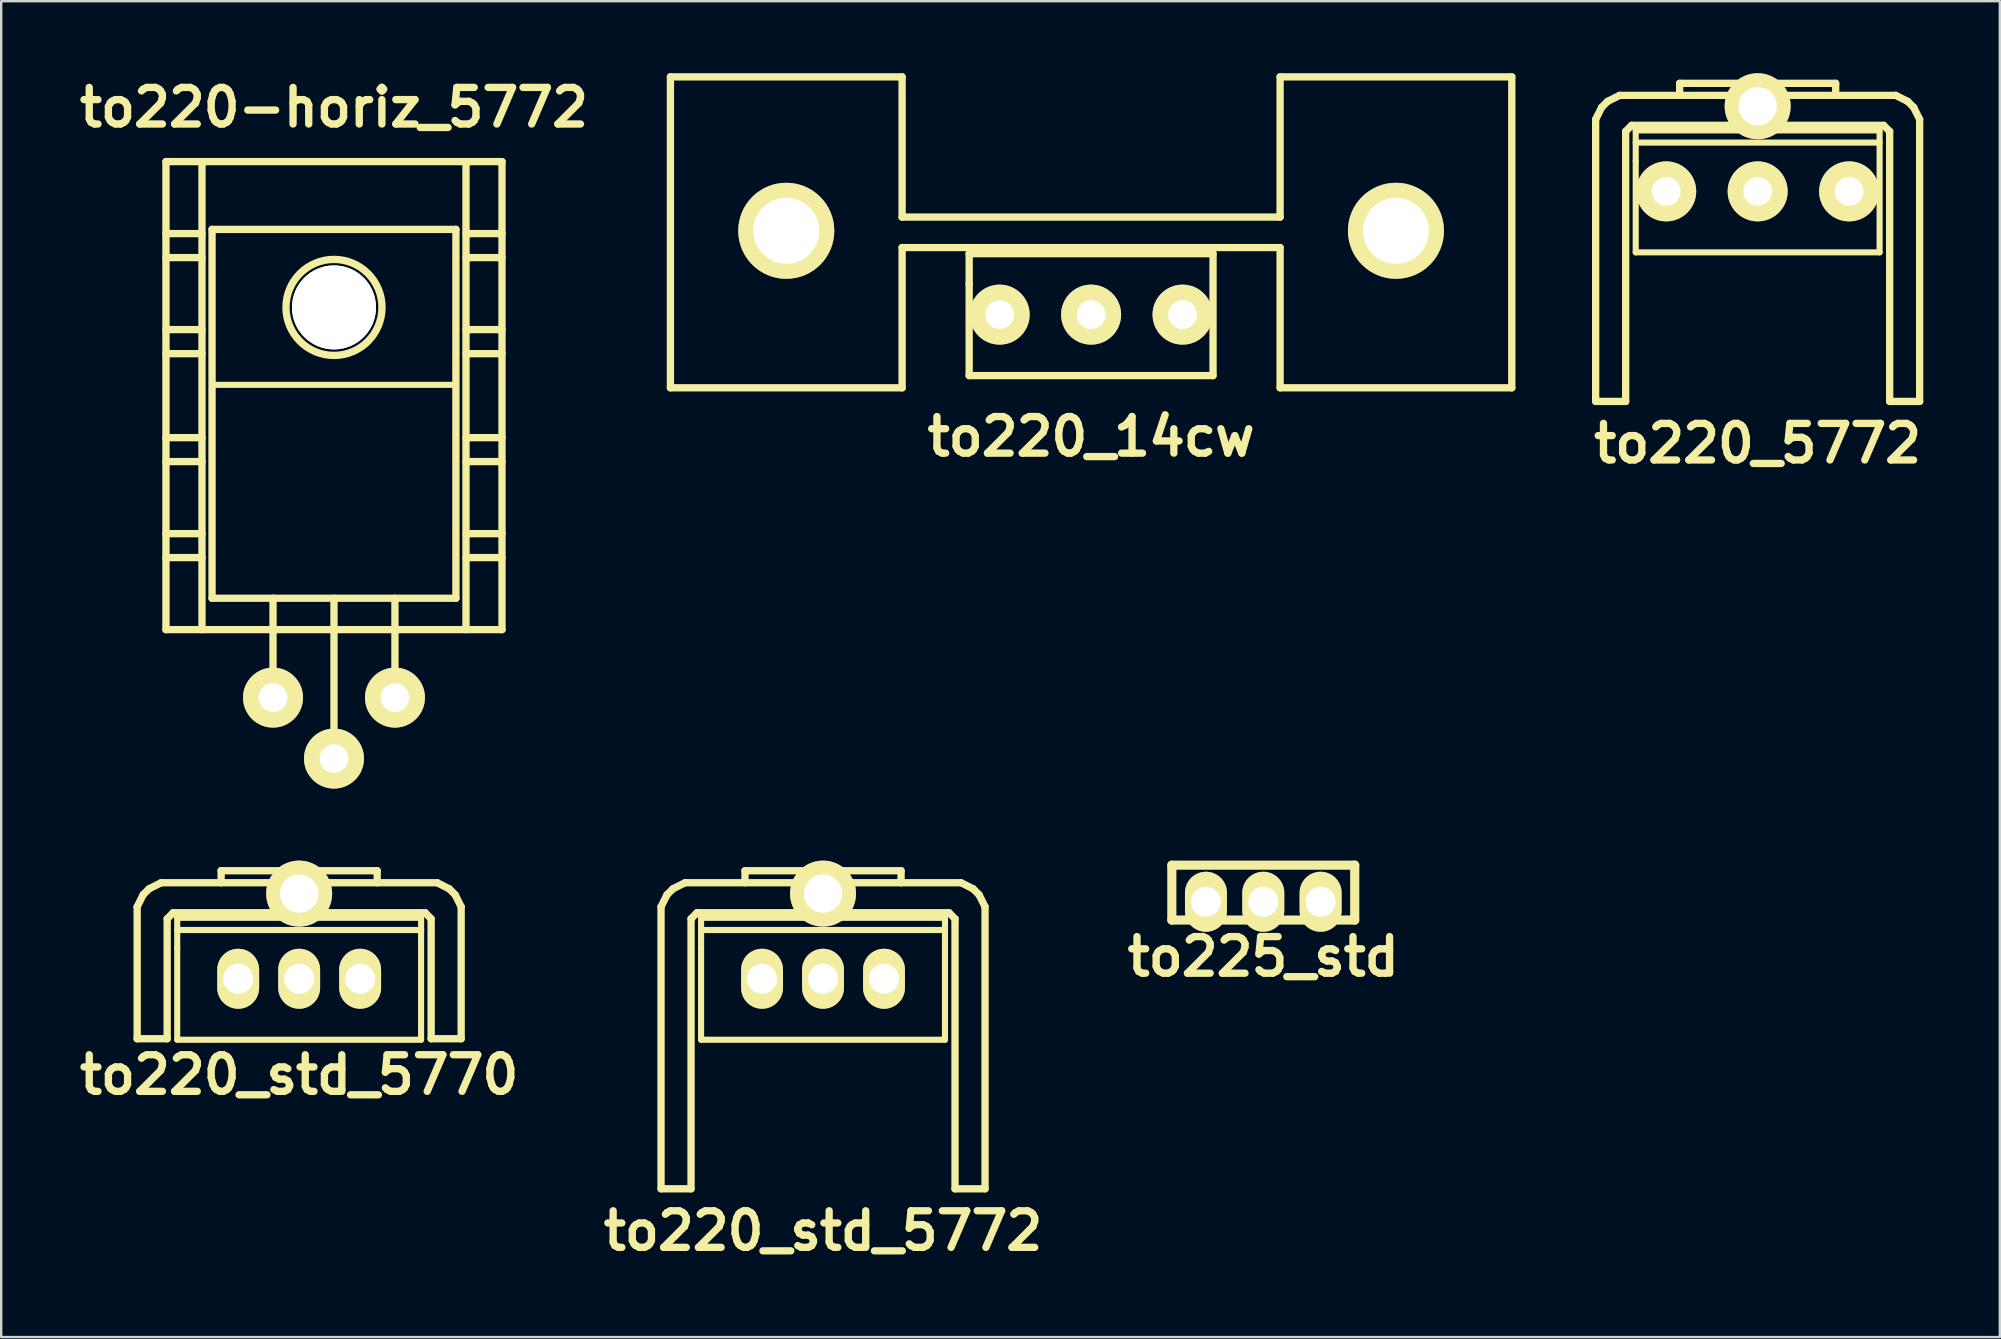
<source format=kicad_pcb>
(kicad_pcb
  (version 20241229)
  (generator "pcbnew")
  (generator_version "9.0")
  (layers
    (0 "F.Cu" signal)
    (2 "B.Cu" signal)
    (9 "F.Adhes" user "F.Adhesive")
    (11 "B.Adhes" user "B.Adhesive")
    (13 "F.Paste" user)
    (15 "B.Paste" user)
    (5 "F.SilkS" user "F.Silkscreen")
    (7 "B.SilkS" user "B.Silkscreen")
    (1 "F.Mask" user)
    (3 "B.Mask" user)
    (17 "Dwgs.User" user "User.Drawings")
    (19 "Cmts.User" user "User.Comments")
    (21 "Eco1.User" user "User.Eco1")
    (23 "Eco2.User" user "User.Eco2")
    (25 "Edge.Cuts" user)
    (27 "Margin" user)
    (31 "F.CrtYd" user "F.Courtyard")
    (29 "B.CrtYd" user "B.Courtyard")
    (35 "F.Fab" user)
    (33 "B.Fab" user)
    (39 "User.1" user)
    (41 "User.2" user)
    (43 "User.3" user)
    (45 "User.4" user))
  (footprint "to220_std_5772"
    (layer "F.Cu")
    (at 31.238 37.726)
    (property "Reference" "to220_std_5772" (at 0 10.5 0) (layer "F.SilkS") (effects (font (size 1.524 1.524) (thickness 0.305))))
    (attr through_hole)
    (fp_line (start -6.749 -3) (end -6.749 8.75) (stroke (width 0.305) (type solid)) (layer "F.SilkS"))
    (fp_line (start -6.749 -3) (end -6.5 -3.5) (stroke (width 0.305) (type solid)) (layer "F.SilkS"))
    (fp_line (start -6.5 -3.5) (end -6.251 -3.749) (stroke (width 0.305) (type solid)) (layer "F.SilkS"))
    (fp_line (start -6.251 -3.749) (end -5.751 -4) (stroke (width 0.305) (type solid)) (layer "F.SilkS"))
    (fp_line (start -5.499 -2.499) (end -5.25 -2.751) (stroke (width 0.305) (type solid)) (layer "F.SilkS"))
    (fp_line (start -5.499 8.75) (end -6.749 8.75) (stroke (width 0.305) (type solid)) (layer "F.SilkS"))
    (fp_line (start -5.499 8.75) (end -5.499 -2.499) (stroke (width 0.305) (type solid)) (layer "F.SilkS"))
    (fp_line (start -5.25 -2.751) (end 5.25 -2.751) (stroke (width 0.305) (type solid)) (layer "F.SilkS"))
    (fp_line (start -5.08 -2.54) (end -5.08 -1.27) (stroke (width 0.254) (type solid)) (layer "F.SilkS"))
    (fp_line (start -5.08 -2.032) (end 5.08 -2.032) (stroke (width 0.254) (type solid)) (layer "F.SilkS"))
    (fp_line (start -5.08 -1.27) (end -5.08 2.54) (stroke (width 0.254) (type solid)) (layer "F.SilkS"))
    (fp_line (start -5.08 2.54) (end 5.08 2.54) (stroke (width 0.254) (type solid)) (layer "F.SilkS"))
    (fp_line (start -3.251 -4.501) (end 3.251 -4.501) (stroke (width 0.305) (type solid)) (layer "F.SilkS"))
    (fp_line (start -3.251 -4) (end -3.251 -4.501) (stroke (width 0.305) (type solid)) (layer "F.SilkS"))
    (fp_line (start 3.251 -4.501) (end 3.251 -4) (stroke (width 0.305) (type solid)) (layer "F.SilkS"))
    (fp_line (start 5.08 -2.54) (end -5.08 -2.54) (stroke (width 0.254) (type solid)) (layer "F.SilkS"))
    (fp_line (start 5.08 2.54) (end 5.08 -2.54) (stroke (width 0.254) (type solid)) (layer "F.SilkS"))
    (fp_line (start 5.25 -2.751) (end 5.499 -2.499) (stroke (width 0.305) (type solid)) (layer "F.SilkS"))
    (fp_line (start 5.499 -2.499) (end 5.499 8.75) (stroke (width 0.305) (type solid)) (layer "F.SilkS"))
    (fp_line (start 5.751 -4) (end -5.751 -4) (stroke (width 0.305) (type solid)) (layer "F.SilkS"))
    (fp_line (start 5.751 -4) (end 6.251 -3.749) (stroke (width 0.305) (type solid)) (layer "F.SilkS"))
    (fp_line (start 6.251 -3.749) (end 6.5 -3.5) (stroke (width 0.305) (type solid)) (layer "F.SilkS"))
    (fp_line (start 6.5 -3.5) (end 6.749 -3) (stroke (width 0.305) (type solid)) (layer "F.SilkS"))
    (fp_line (start 6.749 -3) (end 6.749 8.75) (stroke (width 0.305) (type solid)) (layer "F.SilkS"))
    (fp_line (start 6.749 8.75) (end 5.499 8.75) (stroke (width 0.305) (type solid)) (layer "F.SilkS"))
    (pad "" thru_hole circle (at 0 -3.548) (size 2.748 2.748) (drill 1.598) (layers "*.Cu" "*.Mask" "F.SilkS"))
    (pad "1" thru_hole oval (at 2.54 0) (size 1.745 2.499) (drill 1.25) (layers "*.Cu" "*.Mask" "F.SilkS"))
    (pad "2" thru_hole oval (at 0 0) (size 1.745 2.499) (drill 1.25) (layers "*.Cu" "*.Mask" "F.SilkS"))
    (pad "3" thru_hole oval (at -2.54 0) (size 1.745 2.499) (drill 1.25) (layers "*.Cu" "*.Mask" "F.SilkS")))
  (footprint "to220_5772"
    (layer "F.Cu")
    (at 70.175 4.923)
    (property "Reference" "to220_5772" (at 0 10.5 0) (layer "F.SilkS") (effects (font (size 1.524 1.524) (thickness 0.305))))
    (attr through_hole)
    (fp_line (start -6.749 -3) (end -6.749 8.75) (stroke (width 0.305) (type solid)) (layer "F.SilkS"))
    (fp_line (start -6.749 -3) (end -6.5 -3.5) (stroke (width 0.305) (type solid)) (layer "F.SilkS"))
    (fp_line (start -6.5 -3.5) (end -6.251 -3.749) (stroke (width 0.305) (type solid)) (layer "F.SilkS"))
    (fp_line (start -6.251 -3.749) (end -5.751 -4) (stroke (width 0.305) (type solid)) (layer "F.SilkS"))
    (fp_line (start -5.499 -2.499) (end -5.25 -2.751) (stroke (width 0.305) (type solid)) (layer "F.SilkS"))
    (fp_line (start -5.499 8.75) (end -6.749 8.75) (stroke (width 0.305) (type solid)) (layer "F.SilkS"))
    (fp_line (start -5.499 8.75) (end -5.499 -2.499) (stroke (width 0.305) (type solid)) (layer "F.SilkS"))
    (fp_line (start -5.25 -2.751) (end 5.25 -2.751) (stroke (width 0.305) (type solid)) (layer "F.SilkS"))
    (fp_line (start -5.08 -2.54) (end -5.08 -1.27) (stroke (width 0.254) (type solid)) (layer "F.SilkS"))
    (fp_line (start -5.08 -2.032) (end 5.08 -2.032) (stroke (width 0.254) (type solid)) (layer "F.SilkS"))
    (fp_line (start -5.08 -1.27) (end -5.08 2.54) (stroke (width 0.254) (type solid)) (layer "F.SilkS"))
    (fp_line (start -5.08 2.54) (end 5.08 2.54) (stroke (width 0.254) (type solid)) (layer "F.SilkS"))
    (fp_line (start -3.251 -4.501) (end 3.251 -4.501) (stroke (width 0.305) (type solid)) (layer "F.SilkS"))
    (fp_line (start -3.251 -4) (end -3.251 -4.501) (stroke (width 0.305) (type solid)) (layer "F.SilkS"))
    (fp_line (start 3.251 -4.501) (end 3.251 -4) (stroke (width 0.305) (type solid)) (layer "F.SilkS"))
    (fp_line (start 5.08 -2.54) (end -5.08 -2.54) (stroke (width 0.254) (type solid)) (layer "F.SilkS"))
    (fp_line (start 5.08 2.54) (end 5.08 -2.54) (stroke (width 0.254) (type solid)) (layer "F.SilkS"))
    (fp_line (start 5.25 -2.751) (end 5.499 -2.499) (stroke (width 0.305) (type solid)) (layer "F.SilkS"))
    (fp_line (start 5.499 -2.499) (end 5.499 8.75) (stroke (width 0.305) (type solid)) (layer "F.SilkS"))
    (fp_line (start 5.751 -4) (end -5.751 -4) (stroke (width 0.305) (type solid)) (layer "F.SilkS"))
    (fp_line (start 5.751 -4) (end 6.251 -3.749) (stroke (width 0.305) (type solid)) (layer "F.SilkS"))
    (fp_line (start 6.251 -3.749) (end 6.5 -3.5) (stroke (width 0.305) (type solid)) (layer "F.SilkS"))
    (fp_line (start 6.5 -3.5) (end 6.749 -3) (stroke (width 0.305) (type solid)) (layer "F.SilkS"))
    (fp_line (start 6.749 -3) (end 6.749 8.75) (stroke (width 0.305) (type solid)) (layer "F.SilkS"))
    (fp_line (start 6.749 8.75) (end 5.499 8.75) (stroke (width 0.305) (type solid)) (layer "F.SilkS"))
    (pad "" thru_hole circle (at 0 -3.548) (size 2.748 2.748) (drill 1.598) (layers "*.Cu" "*.Mask" "F.SilkS"))
    (pad "1" thru_hole circle (at 3.81 0) (size 2.499 2.499) (drill 1.199) (layers "*.Cu" "*.Mask" "F.SilkS"))
    (pad "2" thru_hole circle (at 0 0) (size 2.499 2.499) (drill 1.199) (layers "*.Cu" "*.Mask" "F.SilkS"))
    (pad "3" thru_hole circle (at -3.81 0) (size 2.499 2.499) (drill 1.199) (layers "*.Cu" "*.Mask" "F.SilkS")))
  (footprint "to220_14cw"
    (layer "F.Cu")
    (at 42.406 10.058)
    (property "Reference" "to220_14cw" (at 0 5.08 0) (layer "F.SilkS") (effects (font (size 1.524 1.524) (thickness 0.305))))
    (attr through_hole)
    (fp_line (start -17.526 -9.906) (end -17.526 3.048) (stroke (width 0.305) (type solid)) (layer "F.SilkS"))
    (fp_line (start -17.526 3.048) (end -7.874 3.048) (stroke (width 0.305) (type solid)) (layer "F.SilkS"))
    (fp_line (start -7.874 -9.906) (end -17.526 -9.906) (stroke (width 0.305) (type solid)) (layer "F.SilkS"))
    (fp_line (start -7.874 -9.906) (end -7.874 -4.064) (stroke (width 0.305) (type solid)) (layer "F.SilkS"))
    (fp_line (start -7.874 -2.794) (end -7.874 3.048) (stroke (width 0.305) (type solid)) (layer "F.SilkS"))
    (fp_line (start -7.874 -2.794) (end 7.874 -2.794) (stroke (width 0.305) (type solid)) (layer "F.SilkS"))
    (fp_line (start -5.08 -2.54) (end -5.08 -1.27) (stroke (width 0.305) (type solid)) (layer "F.SilkS"))
    (fp_line (start -5.08 -1.27) (end -5.08 2.54) (stroke (width 0.305) (type solid)) (layer "F.SilkS"))
    (fp_line (start -5.08 2.54) (end 5.08 2.54) (stroke (width 0.305) (type solid)) (layer "F.SilkS"))
    (fp_line (start 5.08 -2.54) (end -5.08 -2.54) (stroke (width 0.305) (type solid)) (layer "F.SilkS"))
    (fp_line (start 5.08 2.54) (end 5.08 -2.54) (stroke (width 0.305) (type solid)) (layer "F.SilkS"))
    (fp_line (start 7.874 -9.906) (end 7.874 -4.064) (stroke (width 0.305) (type solid)) (layer "F.SilkS"))
    (fp_line (start 7.874 -4.064) (end -7.874 -4.064) (stroke (width 0.305) (type solid)) (layer "F.SilkS"))
    (fp_line (start 7.874 3.048) (end 7.874 -2.794) (stroke (width 0.305) (type solid)) (layer "F.SilkS"))
    (fp_line (start 7.874 3.048) (end 17.526 3.048) (stroke (width 0.305) (type solid)) (layer "F.SilkS"))
    (fp_line (start 17.526 -9.906) (end 7.874 -9.906) (stroke (width 0.305) (type solid)) (layer "F.SilkS"))
    (fp_line (start 17.526 -9.906) (end 17.526 3.048) (stroke (width 0.305) (type solid)) (layer "F.SilkS"))
    (pad "" thru_hole circle (at -12.7 -3.493) (size 4 4) (drill 2.748) (layers "*.Cu" "*.Mask" "F.SilkS"))
    (pad "" thru_hole circle (at 12.7 -3.493) (size 4 4) (drill 2.748) (layers "*.Cu" "*.Mask" "F.SilkS"))
    (pad "1" thru_hole circle (at 3.81 0) (size 2.499 2.499) (drill 1.199) (layers "*.Cu" "*.Mask" "F.SilkS"))
    (pad "2" thru_hole circle (at 0 0) (size 2.499 2.499) (drill 1.199) (layers "*.Cu" "*.Mask" "F.SilkS"))
    (pad "3" thru_hole circle (at -3.81 0) (size 2.499 2.499) (drill 1.199) (layers "*.Cu" "*.Mask" "F.SilkS")))
  (footprint "to225_std"
    (layer "F.Cu")
    (at 49.579 34.518)
    (property "Reference" "to225_std" (at 0 2.286 0) (layer "F.SilkS") (effects (font (size 1.524 1.524) (thickness 0.305))))
    (attr through_hole)
    (fp_line (start -3.81 -1.524) (end 3.81 -1.524) (stroke (width 0.381) (type solid)) (layer "F.SilkS"))
    (fp_line (start -3.81 0.762) (end -3.81 -1.524) (stroke (width 0.381) (type solid)) (layer "F.SilkS"))
    (fp_line (start 3.81 -1.524) (end 3.81 0.762) (stroke (width 0.381) (type solid)) (layer "F.SilkS"))
    (fp_line (start 3.81 0.762) (end -3.81 0.762) (stroke (width 0.381) (type solid)) (layer "F.SilkS"))
    (pad "1" thru_hole oval (at 2.388 0) (size 1.748 2.499) (drill 1.25) (layers "*.Cu" "*.Mask" "F.SilkS"))
    (pad "2" thru_hole oval (at 0 0) (size 1.748 2.499) (drill 1.25) (layers "*.Cu" "*.Mask" "F.SilkS"))
    (pad "3" thru_hole oval (at -2.388 0) (size 1.748 2.499) (drill 1.25) (layers "*.Cu" "*.Mask" "F.SilkS")))
  (footprint "to220_std_5770"
    (layer "F.Cu")
    (at 9.413 37.726)
    (property "Reference" "to220_std_5770" (at 0 4 0) (layer "F.SilkS") (effects (font (size 1.524 1.524) (thickness 0.305))))
    (attr through_hole)
    (fp_line (start -6.749 -3) (end -6.5 -3.5) (stroke (width 0.305) (type solid)) (layer "F.SilkS"))
    (fp_line (start -6.749 2.499) (end -6.749 -3) (stroke (width 0.305) (type solid)) (layer "F.SilkS"))
    (fp_line (start -6.5 -3.5) (end -6.251 -3.749) (stroke (width 0.305) (type solid)) (layer "F.SilkS"))
    (fp_line (start -6.251 -3.749) (end -5.751 -4) (stroke (width 0.305) (type solid)) (layer "F.SilkS"))
    (fp_line (start -5.499 -2.499) (end -5.499 2.499) (stroke (width 0.305) (type solid)) (layer "F.SilkS"))
    (fp_line (start -5.499 -2.499) (end -5.25 -2.751) (stroke (width 0.305) (type solid)) (layer "F.SilkS"))
    (fp_line (start -5.499 2.499) (end -6.749 2.499) (stroke (width 0.305) (type solid)) (layer "F.SilkS"))
    (fp_line (start -5.25 -2.751) (end 5.25 -2.751) (stroke (width 0.305) (type solid)) (layer "F.SilkS"))
    (fp_line (start -5.08 -2.54) (end -5.08 -1.27) (stroke (width 0.254) (type solid)) (layer "F.SilkS"))
    (fp_line (start -5.08 -2.032) (end 5.08 -2.032) (stroke (width 0.254) (type solid)) (layer "F.SilkS"))
    (fp_line (start -5.08 -1.27) (end -5.08 2.54) (stroke (width 0.254) (type solid)) (layer "F.SilkS"))
    (fp_line (start -5.08 2.54) (end 5.08 2.54) (stroke (width 0.254) (type solid)) (layer "F.SilkS"))
    (fp_line (start -3.251 -4.501) (end 3.251 -4.501) (stroke (width 0.305) (type solid)) (layer "F.SilkS"))
    (fp_line (start -3.251 -4) (end -3.251 -4.501) (stroke (width 0.305) (type solid)) (layer "F.SilkS"))
    (fp_line (start 3.251 -4.501) (end 3.251 -4) (stroke (width 0.305) (type solid)) (layer "F.SilkS"))
    (fp_line (start 5.08 -2.54) (end -5.08 -2.54) (stroke (width 0.254) (type solid)) (layer "F.SilkS"))
    (fp_line (start 5.08 2.54) (end 5.08 -2.54) (stroke (width 0.254) (type solid)) (layer "F.SilkS"))
    (fp_line (start 5.25 -2.751) (end 5.499 -2.499) (stroke (width 0.305) (type solid)) (layer "F.SilkS"))
    (fp_line (start 5.499 2.499) (end 5.499 -2.499) (stroke (width 0.305) (type solid)) (layer "F.SilkS"))
    (fp_line (start 5.751 -4) (end -5.751 -4) (stroke (width 0.305) (type solid)) (layer "F.SilkS"))
    (fp_line (start 5.751 -4) (end 6.251 -3.749) (stroke (width 0.305) (type solid)) (layer "F.SilkS"))
    (fp_line (start 6.251 -3.749) (end 6.5 -3.5) (stroke (width 0.305) (type solid)) (layer "F.SilkS"))
    (fp_line (start 6.5 -3.5) (end 6.749 -3) (stroke (width 0.305) (type solid)) (layer "F.SilkS"))
    (fp_line (start 6.749 -3) (end 6.749 2.499) (stroke (width 0.305) (type solid)) (layer "F.SilkS"))
    (fp_line (start 6.749 2.499) (end 5.499 2.499) (stroke (width 0.305) (type solid)) (layer "F.SilkS"))
    (pad "" thru_hole circle (at 0 -3.548) (size 2.748 2.748) (drill 1.598) (layers "*.Cu" "*.Mask" "F.SilkS"))
    (pad "1" thru_hole oval (at 2.54 0) (size 1.745 2.499) (drill 1.25) (layers "*.Cu" "*.Mask" "F.SilkS"))
    (pad "2" thru_hole oval (at 0 0) (size 1.745 2.499) (drill 1.25) (layers "*.Cu" "*.Mask" "F.SilkS"))
    (pad "3" thru_hole oval (at -2.54 0) (size 1.745 2.499) (drill 1.25) (layers "*.Cu" "*.Mask" "F.SilkS")))
  (footprint "to220-horiz_5772"
    (layer "F.Cu")
    (at 10.864 17.682)
    (property "Reference" "to220-horiz_5772" (at 0 -16.256 0) (layer "F.SilkS") (effects (font (size 1.524 1.524) (thickness 0.305))))
    (attr through_hole)
    (fp_line (start -7 -14) (end -7 5.499) (stroke (width 0.305) (type solid)) (layer "F.SilkS"))
    (fp_line (start -7 -11.001) (end -5.499 -11.001) (stroke (width 0.305) (type solid)) (layer "F.SilkS"))
    (fp_line (start -7 -10) (end -5.499 -10) (stroke (width 0.305) (type solid)) (layer "F.SilkS"))
    (fp_line (start -7 -7) (end -5.499 -7) (stroke (width 0.305) (type solid)) (layer "F.SilkS"))
    (fp_line (start -7 -5.999) (end -5.499 -5.999) (stroke (width 0.305) (type solid)) (layer "F.SilkS"))
    (fp_line (start -7 -2.499) (end -5.499 -2.499) (stroke (width 0.305) (type solid)) (layer "F.SilkS"))
    (fp_line (start -7 -1.501) (end -5.499 -1.501) (stroke (width 0.305) (type solid)) (layer "F.SilkS"))
    (fp_line (start -7 1.501) (end -5.499 1.501) (stroke (width 0.305) (type solid)) (layer "F.SilkS"))
    (fp_line (start -7 2.499) (end -5.499 2.499) (stroke (width 0.305) (type solid)) (layer "F.SilkS"))
    (fp_line (start -7 5.499) (end 7 5.499) (stroke (width 0.305) (type solid)) (layer "F.SilkS"))
    (fp_line (start -5.499 5.499) (end -5.499 -14) (stroke (width 0.305) (type solid)) (layer "F.SilkS"))
    (fp_line (start -5.08 -11.176) (end -5.08 4.191) (stroke (width 0.305) (type solid)) (layer "F.SilkS"))
    (fp_line (start -5.08 4.191) (end 5.08 4.191) (stroke (width 0.305) (type solid)) (layer "F.SilkS"))
    (fp_line (start -2.54 8.382) (end -2.54 4.191) (stroke (width 0.305) (type solid)) (layer "F.SilkS"))
    (fp_line (start 0 4.191) (end 0 10.922) (stroke (width 0.305) (type solid)) (layer "F.SilkS"))
    (fp_line (start 2.54 8.382) (end 2.54 4.191) (stroke (width 0.305) (type solid)) (layer "F.SilkS"))
    (fp_line (start 5.08 -11.176) (end -5.08 -11.176) (stroke (width 0.305) (type solid)) (layer "F.SilkS"))
    (fp_line (start 5.08 -4.699) (end -5.08 -4.699) (stroke (width 0.254) (type solid)) (layer "F.SilkS"))
    (fp_line (start 5.08 4.191) (end 5.08 -11.176) (stroke (width 0.305) (type solid)) (layer "F.SilkS"))
    (fp_line (start 5.499 -14) (end 5.499 5.499) (stroke (width 0.305) (type solid)) (layer "F.SilkS"))
    (fp_line (start 5.499 -11.001) (end 7 -11.001) (stroke (width 0.305) (type solid)) (layer "F.SilkS"))
    (fp_line (start 5.499 -10) (end 7 -10) (stroke (width 0.305) (type solid)) (layer "F.SilkS"))
    (fp_line (start 5.499 -7) (end 7 -7) (stroke (width 0.305) (type solid)) (layer "F.SilkS"))
    (fp_line (start 5.499 -5.999) (end 7 -5.999) (stroke (width 0.305) (type solid)) (layer "F.SilkS"))
    (fp_line (start 5.499 -2.499) (end 7 -2.499) (stroke (width 0.305) (type solid)) (layer "F.SilkS"))
    (fp_line (start 5.499 -1.501) (end 7 -1.501) (stroke (width 0.305) (type solid)) (layer "F.SilkS"))
    (fp_line (start 5.499 1.501) (end 7 1.501) (stroke (width 0.305) (type solid)) (layer "F.SilkS"))
    (fp_line (start 5.499 2.499) (end 7 2.499) (stroke (width 0.305) (type solid)) (layer "F.SilkS"))
    (fp_line (start 7 -14) (end -7 -14) (stroke (width 0.305) (type solid)) (layer "F.SilkS"))
    (fp_line (start 7 5.499) (end 7 -14) (stroke (width 0.305) (type solid)) (layer "F.SilkS"))
    (fp_circle (center 0 -7.925) (end -1.999 -8.001) (stroke (width 0.305) (type solid)) (fill no) (layer "F.SilkS"))
    (pad "" np_thru_hole circle (at 0 -7.925) (size 3.498 3.498) (drill 3.498) (layers "*.Cu" "*.Mask" "F.SilkS"))
    (pad "1" thru_hole circle (at 2.54 8.331) (size 2.499 2.499) (drill 1.199) (layers "*.Cu" "*.Mask" "F.SilkS"))
    (pad "2" thru_hole circle (at 0 10.871) (size 2.499 2.499) (drill 1.199) (layers "*.Cu" "*.Mask" "F.SilkS"))
    (pad "3" thru_hole circle (at -2.54 8.331) (size 2.499 2.499) (drill 1.199) (layers "*.Cu" "*.Mask" "F.SilkS")))
  (gr_rect
    (start -3 -3)
    (end 80.265 52.653)
    (stroke (width 0.1) (type default))
    (fill no)
    (layer "Edge.Cuts")))
</source>
